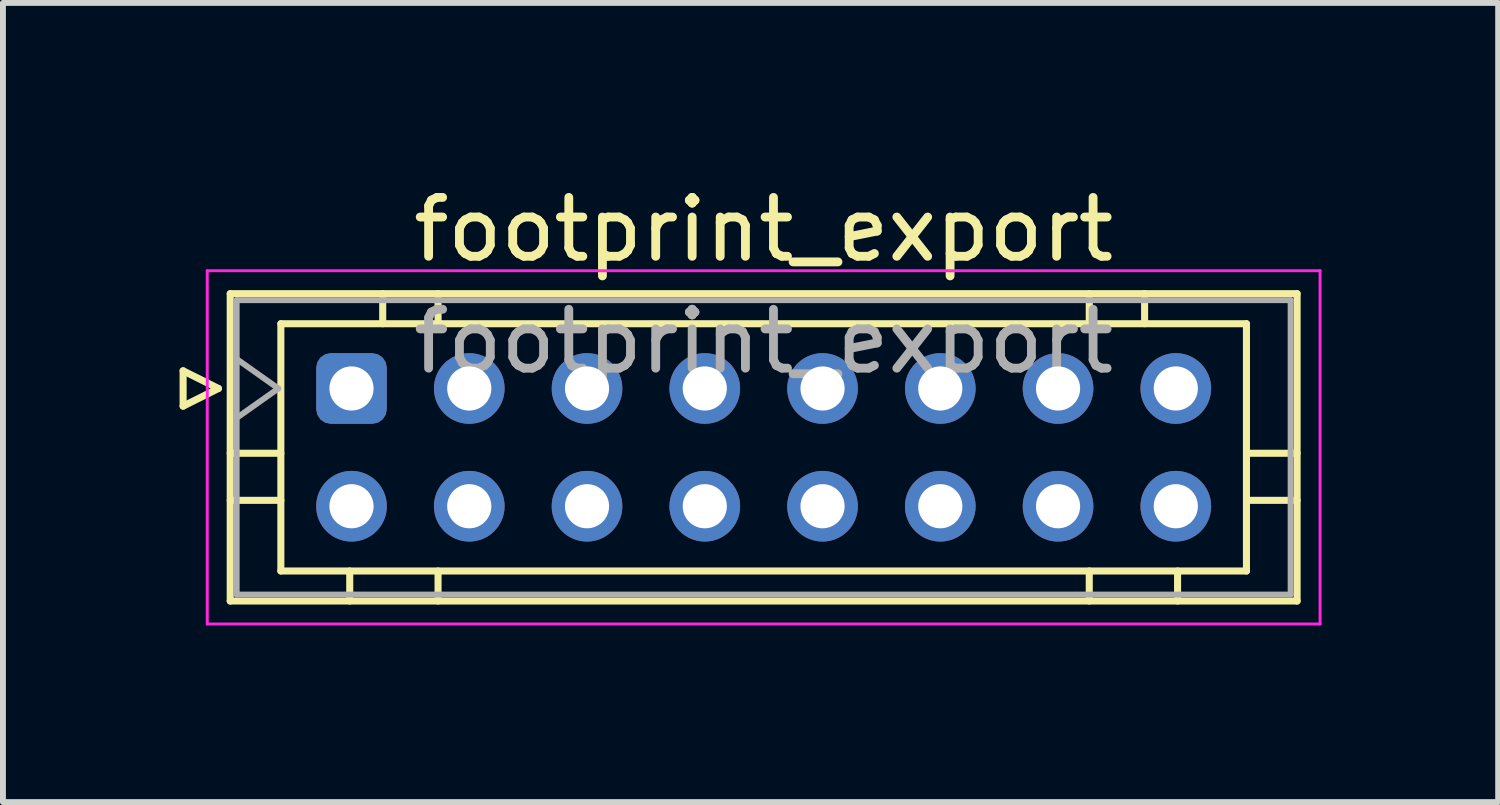
<source format=kicad_pcb>
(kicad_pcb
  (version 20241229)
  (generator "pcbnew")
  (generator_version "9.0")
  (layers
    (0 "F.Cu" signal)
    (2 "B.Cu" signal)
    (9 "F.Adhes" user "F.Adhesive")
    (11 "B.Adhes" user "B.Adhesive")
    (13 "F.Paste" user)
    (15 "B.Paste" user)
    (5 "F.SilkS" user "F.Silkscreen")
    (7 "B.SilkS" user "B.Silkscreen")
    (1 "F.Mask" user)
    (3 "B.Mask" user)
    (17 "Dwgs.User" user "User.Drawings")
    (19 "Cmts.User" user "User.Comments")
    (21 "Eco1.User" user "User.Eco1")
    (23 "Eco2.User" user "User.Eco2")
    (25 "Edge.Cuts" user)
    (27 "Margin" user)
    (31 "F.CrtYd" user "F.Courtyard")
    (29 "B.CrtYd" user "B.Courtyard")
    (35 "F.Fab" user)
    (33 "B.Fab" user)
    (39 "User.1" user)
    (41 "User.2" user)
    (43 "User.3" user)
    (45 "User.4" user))
  (footprint "footprint_export"
    (layer "F.Cu")
    (at 2.92 3.548)
    (property "Reference" "footprint_export" (at 7 -2.7 0) (layer "F.SilkS") (effects (font (size 1 1) (thickness 0.15))))
    (attr through_hole)
    (fp_line (start -2.86 -0.3) (end -2.26 0) (stroke (width 0.12) (type solid)) (layer "F.SilkS"))
    (fp_line (start -2.86 0.3) (end -2.86 -0.3) (stroke (width 0.12) (type solid)) (layer "F.SilkS"))
    (fp_line (start -2.26 0) (end -2.86 0.3) (stroke (width 0.12) (type solid)) (layer "F.SilkS"))
    (fp_line (start -2.06 -1.61) (end -2.06 3.61) (stroke (width 0.12) (type solid)) (layer "F.SilkS"))
    (fp_line (start -2.06 1.1) (end -1.2 1.1) (stroke (width 0.12) (type solid)) (layer "F.SilkS"))
    (fp_line (start -2.06 1.9) (end -1.2 1.9) (stroke (width 0.12) (type solid)) (layer "F.SilkS"))
    (fp_line (start -2.06 3.61) (end 16.06 3.61) (stroke (width 0.12) (type solid)) (layer "F.SilkS"))
    (fp_line (start -1.2 -1.1) (end -1.2 3.1) (stroke (width 0.12) (type solid)) (layer "F.SilkS"))
    (fp_line (start -1.2 3.1) (end 15.2 3.1) (stroke (width 0.12) (type solid)) (layer "F.SilkS"))
    (fp_line (start -0.03 3.61) (end -0.03 3.1) (stroke (width 0.12) (type solid)) (layer "F.SilkS"))
    (fp_line (start 0.53 -1.61) (end 0.53 -1.1) (stroke (width 0.12) (type solid)) (layer "F.SilkS"))
    (fp_line (start 1.47 -1.61) (end 1.47 -1.1) (stroke (width 0.12) (type solid)) (layer "F.SilkS"))
    (fp_line (start 1.47 3.61) (end 1.47 3.1) (stroke (width 0.12) (type solid)) (layer "F.SilkS"))
    (fp_line (start 12.53 -1.61) (end 12.53 -1.1) (stroke (width 0.12) (type solid)) (layer "F.SilkS"))
    (fp_line (start 12.53 3.61) (end 12.53 3.1) (stroke (width 0.12) (type solid)) (layer "F.SilkS"))
    (fp_line (start 13.47 -1.61) (end 13.47 -1.1) (stroke (width 0.12) (type solid)) (layer "F.SilkS"))
    (fp_line (start 14.03 3.61) (end 14.03 3.1) (stroke (width 0.12) (type solid)) (layer "F.SilkS"))
    (fp_line (start 15.2 -1.1) (end -1.2 -1.1) (stroke (width 0.12) (type solid)) (layer "F.SilkS"))
    (fp_line (start 15.2 3.1) (end 15.2 -1.1) (stroke (width 0.12) (type solid)) (layer "F.SilkS"))
    (fp_line (start 16.06 -1.61) (end -2.06 -1.61) (stroke (width 0.12) (type solid)) (layer "F.SilkS"))
    (fp_line (start 16.06 1.1) (end 15.2 1.1) (stroke (width 0.12) (type solid)) (layer "F.SilkS"))
    (fp_line (start 16.06 1.9) (end 15.2 1.9) (stroke (width 0.12) (type solid)) (layer "F.SilkS"))
    (fp_line (start 16.06 3.61) (end 16.06 -1.61) (stroke (width 0.12) (type solid)) (layer "F.SilkS"))
    (fp_line (start -2.45 -2) (end -2.45 4) (stroke (width 0.05) (type solid)) (layer "F.CrtYd"))
    (fp_line (start -2.45 4) (end 16.45 4) (stroke (width 0.05) (type solid)) (layer "F.CrtYd"))
    (fp_line (start 16.45 -2) (end -2.45 -2) (stroke (width 0.05) (type solid)) (layer "F.CrtYd"))
    (fp_line (start 16.45 4) (end 16.45 -2) (stroke (width 0.05) (type solid)) (layer "F.CrtYd"))
    (fp_line (start -1.95 -1.5) (end -1.95 3.5) (stroke (width 0.1) (type solid)) (layer "F.Fab"))
    (fp_line (start -1.95 0.5) (end -1.243 0) (stroke (width 0.1) (type solid)) (layer "F.Fab"))
    (fp_line (start -1.95 3.5) (end 15.95 3.5) (stroke (width 0.1) (type solid)) (layer "F.Fab"))
    (fp_line (start -1.243 0) (end -1.95 -0.5) (stroke (width 0.1) (type solid)) (layer "F.Fab"))
    (fp_line (start 15.95 -1.5) (end -1.95 -1.5) (stroke (width 0.1) (type solid)) (layer "F.Fab"))
    (fp_line (start 15.95 3.5) (end 15.95 -1.5) (stroke (width 0.1) (type solid)) (layer "F.Fab"))
    (fp_text user "${REFERENCE}" (at 7 -0.8 0) (layer "F.Fab") (effects (font (size 1 1) (thickness 0.15))))
    (pad "1" thru_hole roundrect (at 0 0) (size 1.2 1.2) (drill 0.75) (layers "*.Cu" "*.Mask") (roundrect_rratio 0.208))
    (pad "2" thru_hole circle (at 0 2) (size 1.2 1.2) (drill 0.75) (layers "*.Cu" "*.Mask"))
    (pad "3" thru_hole circle (at 2 0) (size 1.2 1.2) (drill 0.75) (layers "*.Cu" "*.Mask"))
    (pad "4" thru_hole circle (at 2 2) (size 1.2 1.2) (drill 0.75) (layers "*.Cu" "*.Mask"))
    (pad "5" thru_hole circle (at 4 0) (size 1.2 1.2) (drill 0.75) (layers "*.Cu" "*.Mask"))
    (pad "6" thru_hole circle (at 4 2) (size 1.2 1.2) (drill 0.75) (layers "*.Cu" "*.Mask"))
    (pad "7" thru_hole circle (at 6 0) (size 1.2 1.2) (drill 0.75) (layers "*.Cu" "*.Mask"))
    (pad "8" thru_hole circle (at 6 2) (size 1.2 1.2) (drill 0.75) (layers "*.Cu" "*.Mask"))
    (pad "9" thru_hole circle (at 8 0) (size 1.2 1.2) (drill 0.75) (layers "*.Cu" "*.Mask"))
    (pad "10" thru_hole circle (at 8 2) (size 1.2 1.2) (drill 0.75) (layers "*.Cu" "*.Mask"))
    (pad "11" thru_hole circle (at 10 0) (size 1.2 1.2) (drill 0.75) (layers "*.Cu" "*.Mask"))
    (pad "12" thru_hole circle (at 10 2) (size 1.2 1.2) (drill 0.75) (layers "*.Cu" "*.Mask"))
    (pad "13" thru_hole circle (at 12 0) (size 1.2 1.2) (drill 0.75) (layers "*.Cu" "*.Mask"))
    (pad "14" thru_hole circle (at 12 2) (size 1.2 1.2) (drill 0.75) (layers "*.Cu" "*.Mask"))
    (pad "15" thru_hole circle (at 14 0) (size 1.2 1.2) (drill 0.75) (layers "*.Cu" "*.Mask"))
    (pad "16" thru_hole circle (at 14 2) (size 1.2 1.2) (drill 0.75) (layers "*.Cu" "*.Mask")))
  (gr_rect
    (start -3 -3)
    (end 22.395 10.573)
    (stroke (width 0.1) (type default))
    (fill no)
    (layer "Edge.Cuts")))
</source>
